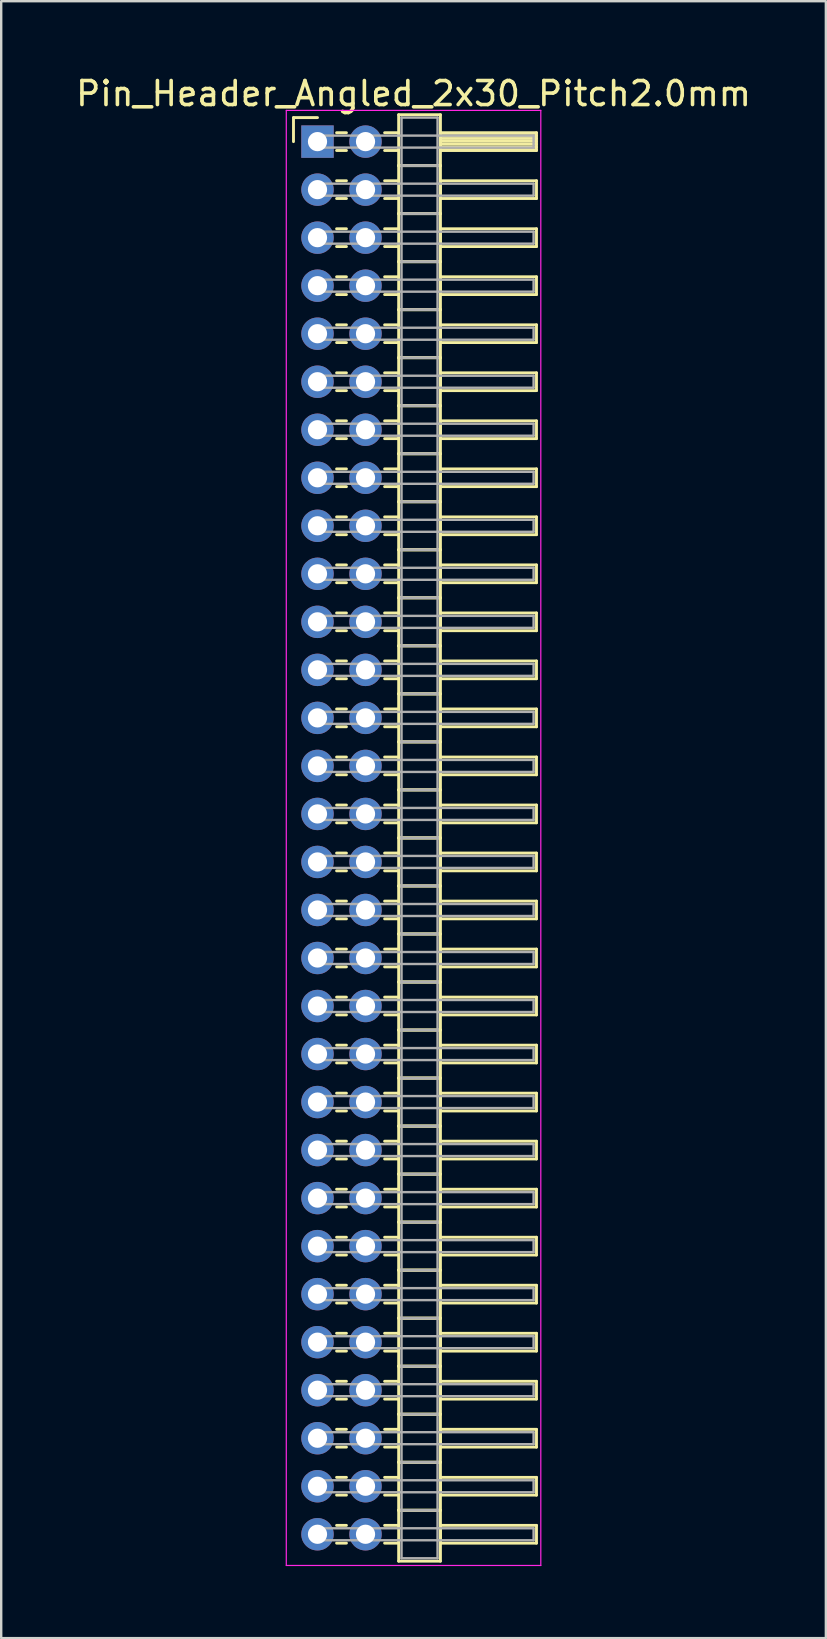
<source format=kicad_pcb>
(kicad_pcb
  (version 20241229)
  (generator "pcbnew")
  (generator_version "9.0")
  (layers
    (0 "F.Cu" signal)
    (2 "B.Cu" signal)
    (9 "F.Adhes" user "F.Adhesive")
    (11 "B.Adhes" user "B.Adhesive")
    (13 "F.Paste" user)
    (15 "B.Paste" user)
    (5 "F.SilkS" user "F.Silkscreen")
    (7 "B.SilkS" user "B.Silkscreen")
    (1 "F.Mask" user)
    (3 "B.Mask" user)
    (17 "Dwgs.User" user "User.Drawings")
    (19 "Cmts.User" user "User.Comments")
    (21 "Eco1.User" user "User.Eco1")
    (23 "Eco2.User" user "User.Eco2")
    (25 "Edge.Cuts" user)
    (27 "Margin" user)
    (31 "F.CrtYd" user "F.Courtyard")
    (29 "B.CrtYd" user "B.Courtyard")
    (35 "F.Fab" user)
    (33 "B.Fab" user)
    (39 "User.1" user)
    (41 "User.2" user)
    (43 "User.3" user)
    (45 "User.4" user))
  (footprint "Pin_Header_Angled_2x30_Pitch2.0mm"
    (layer "F.Cu")
    (at 10.173 2.848)
    (property "Reference" "Pin_Header_Angled_2x30_Pitch2.0mm" (at 4 -2 0) (layer "F.SilkS") (effects (font (size 1 1) (thickness 0.15))))
    (attr through_hole)
    (fp_line (start -1 -1) (end 0 -1) (stroke (width 0.12) (type solid)) (layer "F.SilkS"))
    (fp_line (start -1 0) (end -1 -1) (stroke (width 0.12) (type solid)) (layer "F.SilkS"))
    (fp_line (start 0.795 -0.37) (end 1.205 -0.37) (stroke (width 0.12) (type solid)) (layer "F.SilkS"))
    (fp_line (start 0.795 0.37) (end 1.205 0.37) (stroke (width 0.12) (type solid)) (layer "F.SilkS"))
    (fp_line (start 0.795 1.63) (end 1.205 1.63) (stroke (width 0.12) (type solid)) (layer "F.SilkS"))
    (fp_line (start 0.795 2.37) (end 1.205 2.37) (stroke (width 0.12) (type solid)) (layer "F.SilkS"))
    (fp_line (start 0.795 3.63) (end 1.205 3.63) (stroke (width 0.12) (type solid)) (layer "F.SilkS"))
    (fp_line (start 0.795 4.37) (end 1.205 4.37) (stroke (width 0.12) (type solid)) (layer "F.SilkS"))
    (fp_line (start 0.795 5.63) (end 1.205 5.63) (stroke (width 0.12) (type solid)) (layer "F.SilkS"))
    (fp_line (start 0.795 6.37) (end 1.205 6.37) (stroke (width 0.12) (type solid)) (layer "F.SilkS"))
    (fp_line (start 0.795 7.63) (end 1.205 7.63) (stroke (width 0.12) (type solid)) (layer "F.SilkS"))
    (fp_line (start 0.795 8.37) (end 1.205 8.37) (stroke (width 0.12) (type solid)) (layer "F.SilkS"))
    (fp_line (start 0.795 9.63) (end 1.205 9.63) (stroke (width 0.12) (type solid)) (layer "F.SilkS"))
    (fp_line (start 0.795 10.37) (end 1.205 10.37) (stroke (width 0.12) (type solid)) (layer "F.SilkS"))
    (fp_line (start 0.795 11.63) (end 1.205 11.63) (stroke (width 0.12) (type solid)) (layer "F.SilkS"))
    (fp_line (start 0.795 12.37) (end 1.205 12.37) (stroke (width 0.12) (type solid)) (layer "F.SilkS"))
    (fp_line (start 0.795 13.63) (end 1.205 13.63) (stroke (width 0.12) (type solid)) (layer "F.SilkS"))
    (fp_line (start 0.795 14.37) (end 1.205 14.37) (stroke (width 0.12) (type solid)) (layer "F.SilkS"))
    (fp_line (start 0.795 15.63) (end 1.205 15.63) (stroke (width 0.12) (type solid)) (layer "F.SilkS"))
    (fp_line (start 0.795 16.37) (end 1.205 16.37) (stroke (width 0.12) (type solid)) (layer "F.SilkS"))
    (fp_line (start 0.795 17.63) (end 1.205 17.63) (stroke (width 0.12) (type solid)) (layer "F.SilkS"))
    (fp_line (start 0.795 18.37) (end 1.205 18.37) (stroke (width 0.12) (type solid)) (layer "F.SilkS"))
    (fp_line (start 0.795 19.63) (end 1.205 19.63) (stroke (width 0.12) (type solid)) (layer "F.SilkS"))
    (fp_line (start 0.795 20.37) (end 1.205 20.37) (stroke (width 0.12) (type solid)) (layer "F.SilkS"))
    (fp_line (start 0.795 21.63) (end 1.205 21.63) (stroke (width 0.12) (type solid)) (layer "F.SilkS"))
    (fp_line (start 0.795 22.37) (end 1.205 22.37) (stroke (width 0.12) (type solid)) (layer "F.SilkS"))
    (fp_line (start 0.795 23.63) (end 1.205 23.63) (stroke (width 0.12) (type solid)) (layer "F.SilkS"))
    (fp_line (start 0.795 24.37) (end 1.205 24.37) (stroke (width 0.12) (type solid)) (layer "F.SilkS"))
    (fp_line (start 0.795 25.63) (end 1.205 25.63) (stroke (width 0.12) (type solid)) (layer "F.SilkS"))
    (fp_line (start 0.795 26.37) (end 1.205 26.37) (stroke (width 0.12) (type solid)) (layer "F.SilkS"))
    (fp_line (start 0.795 27.63) (end 1.205 27.63) (stroke (width 0.12) (type solid)) (layer "F.SilkS"))
    (fp_line (start 0.795 28.37) (end 1.205 28.37) (stroke (width 0.12) (type solid)) (layer "F.SilkS"))
    (fp_line (start 0.795 29.63) (end 1.205 29.63) (stroke (width 0.12) (type solid)) (layer "F.SilkS"))
    (fp_line (start 0.795 30.37) (end 1.205 30.37) (stroke (width 0.12) (type solid)) (layer "F.SilkS"))
    (fp_line (start 0.795 31.63) (end 1.205 31.63) (stroke (width 0.12) (type solid)) (layer "F.SilkS"))
    (fp_line (start 0.795 32.37) (end 1.205 32.37) (stroke (width 0.12) (type solid)) (layer "F.SilkS"))
    (fp_line (start 0.795 33.63) (end 1.205 33.63) (stroke (width 0.12) (type solid)) (layer "F.SilkS"))
    (fp_line (start 0.795 34.37) (end 1.205 34.37) (stroke (width 0.12) (type solid)) (layer "F.SilkS"))
    (fp_line (start 0.795 35.63) (end 1.205 35.63) (stroke (width 0.12) (type solid)) (layer "F.SilkS"))
    (fp_line (start 0.795 36.37) (end 1.205 36.37) (stroke (width 0.12) (type solid)) (layer "F.SilkS"))
    (fp_line (start 0.795 37.63) (end 1.205 37.63) (stroke (width 0.12) (type solid)) (layer "F.SilkS"))
    (fp_line (start 0.795 38.37) (end 1.205 38.37) (stroke (width 0.12) (type solid)) (layer "F.SilkS"))
    (fp_line (start 0.795 39.63) (end 1.205 39.63) (stroke (width 0.12) (type solid)) (layer "F.SilkS"))
    (fp_line (start 0.795 40.37) (end 1.205 40.37) (stroke (width 0.12) (type solid)) (layer "F.SilkS"))
    (fp_line (start 0.795 41.63) (end 1.205 41.63) (stroke (width 0.12) (type solid)) (layer "F.SilkS"))
    (fp_line (start 0.795 42.37) (end 1.205 42.37) (stroke (width 0.12) (type solid)) (layer "F.SilkS"))
    (fp_line (start 0.795 43.63) (end 1.205 43.63) (stroke (width 0.12) (type solid)) (layer "F.SilkS"))
    (fp_line (start 0.795 44.37) (end 1.205 44.37) (stroke (width 0.12) (type solid)) (layer "F.SilkS"))
    (fp_line (start 0.795 45.63) (end 1.205 45.63) (stroke (width 0.12) (type solid)) (layer "F.SilkS"))
    (fp_line (start 0.795 46.37) (end 1.205 46.37) (stroke (width 0.12) (type solid)) (layer "F.SilkS"))
    (fp_line (start 0.795 47.63) (end 1.205 47.63) (stroke (width 0.12) (type solid)) (layer "F.SilkS"))
    (fp_line (start 0.795 48.37) (end 1.205 48.37) (stroke (width 0.12) (type solid)) (layer "F.SilkS"))
    (fp_line (start 0.795 49.63) (end 1.205 49.63) (stroke (width 0.12) (type solid)) (layer "F.SilkS"))
    (fp_line (start 0.795 50.37) (end 1.205 50.37) (stroke (width 0.12) (type solid)) (layer "F.SilkS"))
    (fp_line (start 0.795 51.63) (end 1.205 51.63) (stroke (width 0.12) (type solid)) (layer "F.SilkS"))
    (fp_line (start 0.795 52.37) (end 1.205 52.37) (stroke (width 0.12) (type solid)) (layer "F.SilkS"))
    (fp_line (start 0.795 53.63) (end 1.205 53.63) (stroke (width 0.12) (type solid)) (layer "F.SilkS"))
    (fp_line (start 0.795 54.37) (end 1.205 54.37) (stroke (width 0.12) (type solid)) (layer "F.SilkS"))
    (fp_line (start 0.795 55.63) (end 1.205 55.63) (stroke (width 0.12) (type solid)) (layer "F.SilkS"))
    (fp_line (start 0.795 56.37) (end 1.205 56.37) (stroke (width 0.12) (type solid)) (layer "F.SilkS"))
    (fp_line (start 0.795 57.63) (end 1.205 57.63) (stroke (width 0.12) (type solid)) (layer "F.SilkS"))
    (fp_line (start 0.795 58.37) (end 1.205 58.37) (stroke (width 0.12) (type solid)) (layer "F.SilkS"))
    (fp_line (start 2.795 -0.37) (end 3.38 -0.37) (stroke (width 0.12) (type solid)) (layer "F.SilkS"))
    (fp_line (start 2.795 0.37) (end 3.38 0.37) (stroke (width 0.12) (type solid)) (layer "F.SilkS"))
    (fp_line (start 2.795 1.63) (end 3.38 1.63) (stroke (width 0.12) (type solid)) (layer "F.SilkS"))
    (fp_line (start 2.795 2.37) (end 3.38 2.37) (stroke (width 0.12) (type solid)) (layer "F.SilkS"))
    (fp_line (start 2.795 3.63) (end 3.38 3.63) (stroke (width 0.12) (type solid)) (layer "F.SilkS"))
    (fp_line (start 2.795 4.37) (end 3.38 4.37) (stroke (width 0.12) (type solid)) (layer "F.SilkS"))
    (fp_line (start 2.795 5.63) (end 3.38 5.63) (stroke (width 0.12) (type solid)) (layer "F.SilkS"))
    (fp_line (start 2.795 6.37) (end 3.38 6.37) (stroke (width 0.12) (type solid)) (layer "F.SilkS"))
    (fp_line (start 2.795 7.63) (end 3.38 7.63) (stroke (width 0.12) (type solid)) (layer "F.SilkS"))
    (fp_line (start 2.795 8.37) (end 3.38 8.37) (stroke (width 0.12) (type solid)) (layer "F.SilkS"))
    (fp_line (start 2.795 9.63) (end 3.38 9.63) (stroke (width 0.12) (type solid)) (layer "F.SilkS"))
    (fp_line (start 2.795 10.37) (end 3.38 10.37) (stroke (width 0.12) (type solid)) (layer "F.SilkS"))
    (fp_line (start 2.795 11.63) (end 3.38 11.63) (stroke (width 0.12) (type solid)) (layer "F.SilkS"))
    (fp_line (start 2.795 12.37) (end 3.38 12.37) (stroke (width 0.12) (type solid)) (layer "F.SilkS"))
    (fp_line (start 2.795 13.63) (end 3.38 13.63) (stroke (width 0.12) (type solid)) (layer "F.SilkS"))
    (fp_line (start 2.795 14.37) (end 3.38 14.37) (stroke (width 0.12) (type solid)) (layer "F.SilkS"))
    (fp_line (start 2.795 15.63) (end 3.38 15.63) (stroke (width 0.12) (type solid)) (layer "F.SilkS"))
    (fp_line (start 2.795 16.37) (end 3.38 16.37) (stroke (width 0.12) (type solid)) (layer "F.SilkS"))
    (fp_line (start 2.795 17.63) (end 3.38 17.63) (stroke (width 0.12) (type solid)) (layer "F.SilkS"))
    (fp_line (start 2.795 18.37) (end 3.38 18.37) (stroke (width 0.12) (type solid)) (layer "F.SilkS"))
    (fp_line (start 2.795 19.63) (end 3.38 19.63) (stroke (width 0.12) (type solid)) (layer "F.SilkS"))
    (fp_line (start 2.795 20.37) (end 3.38 20.37) (stroke (width 0.12) (type solid)) (layer "F.SilkS"))
    (fp_line (start 2.795 21.63) (end 3.38 21.63) (stroke (width 0.12) (type solid)) (layer "F.SilkS"))
    (fp_line (start 2.795 22.37) (end 3.38 22.37) (stroke (width 0.12) (type solid)) (layer "F.SilkS"))
    (fp_line (start 2.795 23.63) (end 3.38 23.63) (stroke (width 0.12) (type solid)) (layer "F.SilkS"))
    (fp_line (start 2.795 24.37) (end 3.38 24.37) (stroke (width 0.12) (type solid)) (layer "F.SilkS"))
    (fp_line (start 2.795 25.63) (end 3.38 25.63) (stroke (width 0.12) (type solid)) (layer "F.SilkS"))
    (fp_line (start 2.795 26.37) (end 3.38 26.37) (stroke (width 0.12) (type solid)) (layer "F.SilkS"))
    (fp_line (start 2.795 27.63) (end 3.38 27.63) (stroke (width 0.12) (type solid)) (layer "F.SilkS"))
    (fp_line (start 2.795 28.37) (end 3.38 28.37) (stroke (width 0.12) (type solid)) (layer "F.SilkS"))
    (fp_line (start 2.795 29.63) (end 3.38 29.63) (stroke (width 0.12) (type solid)) (layer "F.SilkS"))
    (fp_line (start 2.795 30.37) (end 3.38 30.37) (stroke (width 0.12) (type solid)) (layer "F.SilkS"))
    (fp_line (start 2.795 31.63) (end 3.38 31.63) (stroke (width 0.12) (type solid)) (layer "F.SilkS"))
    (fp_line (start 2.795 32.37) (end 3.38 32.37) (stroke (width 0.12) (type solid)) (layer "F.SilkS"))
    (fp_line (start 2.795 33.63) (end 3.38 33.63) (stroke (width 0.12) (type solid)) (layer "F.SilkS"))
    (fp_line (start 2.795 34.37) (end 3.38 34.37) (stroke (width 0.12) (type solid)) (layer "F.SilkS"))
    (fp_line (start 2.795 35.63) (end 3.38 35.63) (stroke (width 0.12) (type solid)) (layer "F.SilkS"))
    (fp_line (start 2.795 36.37) (end 3.38 36.37) (stroke (width 0.12) (type solid)) (layer "F.SilkS"))
    (fp_line (start 2.795 37.63) (end 3.38 37.63) (stroke (width 0.12) (type solid)) (layer "F.SilkS"))
    (fp_line (start 2.795 38.37) (end 3.38 38.37) (stroke (width 0.12) (type solid)) (layer "F.SilkS"))
    (fp_line (start 2.795 39.63) (end 3.38 39.63) (stroke (width 0.12) (type solid)) (layer "F.SilkS"))
    (fp_line (start 2.795 40.37) (end 3.38 40.37) (stroke (width 0.12) (type solid)) (layer "F.SilkS"))
    (fp_line (start 2.795 41.63) (end 3.38 41.63) (stroke (width 0.12) (type solid)) (layer "F.SilkS"))
    (fp_line (start 2.795 42.37) (end 3.38 42.37) (stroke (width 0.12) (type solid)) (layer "F.SilkS"))
    (fp_line (start 2.795 43.63) (end 3.38 43.63) (stroke (width 0.12) (type solid)) (layer "F.SilkS"))
    (fp_line (start 2.795 44.37) (end 3.38 44.37) (stroke (width 0.12) (type solid)) (layer "F.SilkS"))
    (fp_line (start 2.795 45.63) (end 3.38 45.63) (stroke (width 0.12) (type solid)) (layer "F.SilkS"))
    (fp_line (start 2.795 46.37) (end 3.38 46.37) (stroke (width 0.12) (type solid)) (layer "F.SilkS"))
    (fp_line (start 2.795 47.63) (end 3.38 47.63) (stroke (width 0.12) (type solid)) (layer "F.SilkS"))
    (fp_line (start 2.795 48.37) (end 3.38 48.37) (stroke (width 0.12) (type solid)) (layer "F.SilkS"))
    (fp_line (start 2.795 49.63) (end 3.38 49.63) (stroke (width 0.12) (type solid)) (layer "F.SilkS"))
    (fp_line (start 2.795 50.37) (end 3.38 50.37) (stroke (width 0.12) (type solid)) (layer "F.SilkS"))
    (fp_line (start 2.795 51.63) (end 3.38 51.63) (stroke (width 0.12) (type solid)) (layer "F.SilkS"))
    (fp_line (start 2.795 52.37) (end 3.38 52.37) (stroke (width 0.12) (type solid)) (layer "F.SilkS"))
    (fp_line (start 2.795 53.63) (end 3.38 53.63) (stroke (width 0.12) (type solid)) (layer "F.SilkS"))
    (fp_line (start 2.795 54.37) (end 3.38 54.37) (stroke (width 0.12) (type solid)) (layer "F.SilkS"))
    (fp_line (start 2.795 55.63) (end 3.38 55.63) (stroke (width 0.12) (type solid)) (layer "F.SilkS"))
    (fp_line (start 2.795 56.37) (end 3.38 56.37) (stroke (width 0.12) (type solid)) (layer "F.SilkS"))
    (fp_line (start 2.795 57.63) (end 3.38 57.63) (stroke (width 0.12) (type solid)) (layer "F.SilkS"))
    (fp_line (start 2.795 58.37) (end 3.38 58.37) (stroke (width 0.12) (type solid)) (layer "F.SilkS"))
    (fp_line (start 3.38 -1.12) (end 3.38 1) (stroke (width 0.12) (type solid)) (layer "F.SilkS"))
    (fp_line (start 3.38 1) (end 3.38 3) (stroke (width 0.12) (type solid)) (layer "F.SilkS"))
    (fp_line (start 3.38 1) (end 5.12 1) (stroke (width 0.12) (type solid)) (layer "F.SilkS"))
    (fp_line (start 3.38 3) (end 3.38 5) (stroke (width 0.12) (type solid)) (layer "F.SilkS"))
    (fp_line (start 3.38 3) (end 5.12 3) (stroke (width 0.12) (type solid)) (layer "F.SilkS"))
    (fp_line (start 3.38 5) (end 3.38 7) (stroke (width 0.12) (type solid)) (layer "F.SilkS"))
    (fp_line (start 3.38 5) (end 5.12 5) (stroke (width 0.12) (type solid)) (layer "F.SilkS"))
    (fp_line (start 3.38 7) (end 3.38 9) (stroke (width 0.12) (type solid)) (layer "F.SilkS"))
    (fp_line (start 3.38 7) (end 5.12 7) (stroke (width 0.12) (type solid)) (layer "F.SilkS"))
    (fp_line (start 3.38 9) (end 3.38 11) (stroke (width 0.12) (type solid)) (layer "F.SilkS"))
    (fp_line (start 3.38 9) (end 5.12 9) (stroke (width 0.12) (type solid)) (layer "F.SilkS"))
    (fp_line (start 3.38 11) (end 3.38 13) (stroke (width 0.12) (type solid)) (layer "F.SilkS"))
    (fp_line (start 3.38 11) (end 5.12 11) (stroke (width 0.12) (type solid)) (layer "F.SilkS"))
    (fp_line (start 3.38 13) (end 3.38 15) (stroke (width 0.12) (type solid)) (layer "F.SilkS"))
    (fp_line (start 3.38 13) (end 5.12 13) (stroke (width 0.12) (type solid)) (layer "F.SilkS"))
    (fp_line (start 3.38 15) (end 3.38 17) (stroke (width 0.12) (type solid)) (layer "F.SilkS"))
    (fp_line (start 3.38 15) (end 5.12 15) (stroke (width 0.12) (type solid)) (layer "F.SilkS"))
    (fp_line (start 3.38 17) (end 3.38 19) (stroke (width 0.12) (type solid)) (layer "F.SilkS"))
    (fp_line (start 3.38 17) (end 5.12 17) (stroke (width 0.12) (type solid)) (layer "F.SilkS"))
    (fp_line (start 3.38 19) (end 3.38 21) (stroke (width 0.12) (type solid)) (layer "F.SilkS"))
    (fp_line (start 3.38 19) (end 5.12 19) (stroke (width 0.12) (type solid)) (layer "F.SilkS"))
    (fp_line (start 3.38 21) (end 3.38 23) (stroke (width 0.12) (type solid)) (layer "F.SilkS"))
    (fp_line (start 3.38 21) (end 5.12 21) (stroke (width 0.12) (type solid)) (layer "F.SilkS"))
    (fp_line (start 3.38 23) (end 3.38 25) (stroke (width 0.12) (type solid)) (layer "F.SilkS"))
    (fp_line (start 3.38 23) (end 5.12 23) (stroke (width 0.12) (type solid)) (layer "F.SilkS"))
    (fp_line (start 3.38 25) (end 3.38 27) (stroke (width 0.12) (type solid)) (layer "F.SilkS"))
    (fp_line (start 3.38 25) (end 5.12 25) (stroke (width 0.12) (type solid)) (layer "F.SilkS"))
    (fp_line (start 3.38 27) (end 3.38 29) (stroke (width 0.12) (type solid)) (layer "F.SilkS"))
    (fp_line (start 3.38 27) (end 5.12 27) (stroke (width 0.12) (type solid)) (layer "F.SilkS"))
    (fp_line (start 3.38 29) (end 3.38 31) (stroke (width 0.12) (type solid)) (layer "F.SilkS"))
    (fp_line (start 3.38 29) (end 5.12 29) (stroke (width 0.12) (type solid)) (layer "F.SilkS"))
    (fp_line (start 3.38 31) (end 3.38 33) (stroke (width 0.12) (type solid)) (layer "F.SilkS"))
    (fp_line (start 3.38 31) (end 5.12 31) (stroke (width 0.12) (type solid)) (layer "F.SilkS"))
    (fp_line (start 3.38 33) (end 3.38 35) (stroke (width 0.12) (type solid)) (layer "F.SilkS"))
    (fp_line (start 3.38 33) (end 5.12 33) (stroke (width 0.12) (type solid)) (layer "F.SilkS"))
    (fp_line (start 3.38 35) (end 3.38 37) (stroke (width 0.12) (type solid)) (layer "F.SilkS"))
    (fp_line (start 3.38 35) (end 5.12 35) (stroke (width 0.12) (type solid)) (layer "F.SilkS"))
    (fp_line (start 3.38 37) (end 3.38 39) (stroke (width 0.12) (type solid)) (layer "F.SilkS"))
    (fp_line (start 3.38 37) (end 5.12 37) (stroke (width 0.12) (type solid)) (layer "F.SilkS"))
    (fp_line (start 3.38 39) (end 3.38 41) (stroke (width 0.12) (type solid)) (layer "F.SilkS"))
    (fp_line (start 3.38 39) (end 5.12 39) (stroke (width 0.12) (type solid)) (layer "F.SilkS"))
    (fp_line (start 3.38 41) (end 3.38 43) (stroke (width 0.12) (type solid)) (layer "F.SilkS"))
    (fp_line (start 3.38 41) (end 5.12 41) (stroke (width 0.12) (type solid)) (layer "F.SilkS"))
    (fp_line (start 3.38 43) (end 3.38 45) (stroke (width 0.12) (type solid)) (layer "F.SilkS"))
    (fp_line (start 3.38 43) (end 5.12 43) (stroke (width 0.12) (type solid)) (layer "F.SilkS"))
    (fp_line (start 3.38 45) (end 3.38 47) (stroke (width 0.12) (type solid)) (layer "F.SilkS"))
    (fp_line (start 3.38 45) (end 5.12 45) (stroke (width 0.12) (type solid)) (layer "F.SilkS"))
    (fp_line (start 3.38 47) (end 3.38 49) (stroke (width 0.12) (type solid)) (layer "F.SilkS"))
    (fp_line (start 3.38 47) (end 5.12 47) (stroke (width 0.12) (type solid)) (layer "F.SilkS"))
    (fp_line (start 3.38 49) (end 3.38 51) (stroke (width 0.12) (type solid)) (layer "F.SilkS"))
    (fp_line (start 3.38 49) (end 5.12 49) (stroke (width 0.12) (type solid)) (layer "F.SilkS"))
    (fp_line (start 3.38 51) (end 3.38 53) (stroke (width 0.12) (type solid)) (layer "F.SilkS"))
    (fp_line (start 3.38 51) (end 5.12 51) (stroke (width 0.12) (type solid)) (layer "F.SilkS"))
    (fp_line (start 3.38 53) (end 3.38 55) (stroke (width 0.12) (type solid)) (layer "F.SilkS"))
    (fp_line (start 3.38 53) (end 5.12 53) (stroke (width 0.12) (type solid)) (layer "F.SilkS"))
    (fp_line (start 3.38 55) (end 3.38 57) (stroke (width 0.12) (type solid)) (layer "F.SilkS"))
    (fp_line (start 3.38 55) (end 5.12 55) (stroke (width 0.12) (type solid)) (layer "F.SilkS"))
    (fp_line (start 3.38 57) (end 3.38 59.12) (stroke (width 0.12) (type solid)) (layer "F.SilkS"))
    (fp_line (start 3.38 57) (end 5.12 57) (stroke (width 0.12) (type solid)) (layer "F.SilkS"))
    (fp_line (start 3.38 59.12) (end 5.12 59.12) (stroke (width 0.12) (type solid)) (layer "F.SilkS"))
    (fp_line (start 5.12 -1.12) (end 3.38 -1.12) (stroke (width 0.12) (type solid)) (layer "F.SilkS"))
    (fp_line (start 5.12 -0.37) (end 5.12 0.37) (stroke (width 0.12) (type solid)) (layer "F.SilkS"))
    (fp_line (start 5.12 -0.25) (end 9.12 -0.25) (stroke (width 0.12) (type solid)) (layer "F.SilkS"))
    (fp_line (start 5.12 -0.13) (end 9.12 -0.13) (stroke (width 0.12) (type solid)) (layer "F.SilkS"))
    (fp_line (start 5.12 -0.01) (end 9.12 -0.01) (stroke (width 0.12) (type solid)) (layer "F.SilkS"))
    (fp_line (start 5.12 0.11) (end 9.12 0.11) (stroke (width 0.12) (type solid)) (layer "F.SilkS"))
    (fp_line (start 5.12 0.23) (end 9.12 0.23) (stroke (width 0.12) (type solid)) (layer "F.SilkS"))
    (fp_line (start 5.12 0.35) (end 9.12 0.35) (stroke (width 0.12) (type solid)) (layer "F.SilkS"))
    (fp_line (start 5.12 0.37) (end 9.12 0.37) (stroke (width 0.12) (type solid)) (layer "F.SilkS"))
    (fp_line (start 5.12 1) (end 3.38 1) (stroke (width 0.12) (type solid)) (layer "F.SilkS"))
    (fp_line (start 5.12 1) (end 5.12 -1.12) (stroke (width 0.12) (type solid)) (layer "F.SilkS"))
    (fp_line (start 5.12 1.63) (end 5.12 2.37) (stroke (width 0.12) (type solid)) (layer "F.SilkS"))
    (fp_line (start 5.12 2.37) (end 9.12 2.37) (stroke (width 0.12) (type solid)) (layer "F.SilkS"))
    (fp_line (start 5.12 3) (end 3.38 3) (stroke (width 0.12) (type solid)) (layer "F.SilkS"))
    (fp_line (start 5.12 3) (end 5.12 1) (stroke (width 0.12) (type solid)) (layer "F.SilkS"))
    (fp_line (start 5.12 3.63) (end 5.12 4.37) (stroke (width 0.12) (type solid)) (layer "F.SilkS"))
    (fp_line (start 5.12 4.37) (end 9.12 4.37) (stroke (width 0.12) (type solid)) (layer "F.SilkS"))
    (fp_line (start 5.12 5) (end 3.38 5) (stroke (width 0.12) (type solid)) (layer "F.SilkS"))
    (fp_line (start 5.12 5) (end 5.12 3) (stroke (width 0.12) (type solid)) (layer "F.SilkS"))
    (fp_line (start 5.12 5.63) (end 5.12 6.37) (stroke (width 0.12) (type solid)) (layer "F.SilkS"))
    (fp_line (start 5.12 6.37) (end 9.12 6.37) (stroke (width 0.12) (type solid)) (layer "F.SilkS"))
    (fp_line (start 5.12 7) (end 3.38 7) (stroke (width 0.12) (type solid)) (layer "F.SilkS"))
    (fp_line (start 5.12 7) (end 5.12 5) (stroke (width 0.12) (type solid)) (layer "F.SilkS"))
    (fp_line (start 5.12 7.63) (end 5.12 8.37) (stroke (width 0.12) (type solid)) (layer "F.SilkS"))
    (fp_line (start 5.12 8.37) (end 9.12 8.37) (stroke (width 0.12) (type solid)) (layer "F.SilkS"))
    (fp_line (start 5.12 9) (end 3.38 9) (stroke (width 0.12) (type solid)) (layer "F.SilkS"))
    (fp_line (start 5.12 9) (end 5.12 7) (stroke (width 0.12) (type solid)) (layer "F.SilkS"))
    (fp_line (start 5.12 9.63) (end 5.12 10.37) (stroke (width 0.12) (type solid)) (layer "F.SilkS"))
    (fp_line (start 5.12 10.37) (end 9.12 10.37) (stroke (width 0.12) (type solid)) (layer "F.SilkS"))
    (fp_line (start 5.12 11) (end 3.38 11) (stroke (width 0.12) (type solid)) (layer "F.SilkS"))
    (fp_line (start 5.12 11) (end 5.12 9) (stroke (width 0.12) (type solid)) (layer "F.SilkS"))
    (fp_line (start 5.12 11.63) (end 5.12 12.37) (stroke (width 0.12) (type solid)) (layer "F.SilkS"))
    (fp_line (start 5.12 12.37) (end 9.12 12.37) (stroke (width 0.12) (type solid)) (layer "F.SilkS"))
    (fp_line (start 5.12 13) (end 3.38 13) (stroke (width 0.12) (type solid)) (layer "F.SilkS"))
    (fp_line (start 5.12 13) (end 5.12 11) (stroke (width 0.12) (type solid)) (layer "F.SilkS"))
    (fp_line (start 5.12 13.63) (end 5.12 14.37) (stroke (width 0.12) (type solid)) (layer "F.SilkS"))
    (fp_line (start 5.12 14.37) (end 9.12 14.37) (stroke (width 0.12) (type solid)) (layer "F.SilkS"))
    (fp_line (start 5.12 15) (end 3.38 15) (stroke (width 0.12) (type solid)) (layer "F.SilkS"))
    (fp_line (start 5.12 15) (end 5.12 13) (stroke (width 0.12) (type solid)) (layer "F.SilkS"))
    (fp_line (start 5.12 15.63) (end 5.12 16.37) (stroke (width 0.12) (type solid)) (layer "F.SilkS"))
    (fp_line (start 5.12 16.37) (end 9.12 16.37) (stroke (width 0.12) (type solid)) (layer "F.SilkS"))
    (fp_line (start 5.12 17) (end 3.38 17) (stroke (width 0.12) (type solid)) (layer "F.SilkS"))
    (fp_line (start 5.12 17) (end 5.12 15) (stroke (width 0.12) (type solid)) (layer "F.SilkS"))
    (fp_line (start 5.12 17.63) (end 5.12 18.37) (stroke (width 0.12) (type solid)) (layer "F.SilkS"))
    (fp_line (start 5.12 18.37) (end 9.12 18.37) (stroke (width 0.12) (type solid)) (layer "F.SilkS"))
    (fp_line (start 5.12 19) (end 3.38 19) (stroke (width 0.12) (type solid)) (layer "F.SilkS"))
    (fp_line (start 5.12 19) (end 5.12 17) (stroke (width 0.12) (type solid)) (layer "F.SilkS"))
    (fp_line (start 5.12 19.63) (end 5.12 20.37) (stroke (width 0.12) (type solid)) (layer "F.SilkS"))
    (fp_line (start 5.12 20.37) (end 9.12 20.37) (stroke (width 0.12) (type solid)) (layer "F.SilkS"))
    (fp_line (start 5.12 21) (end 3.38 21) (stroke (width 0.12) (type solid)) (layer "F.SilkS"))
    (fp_line (start 5.12 21) (end 5.12 19) (stroke (width 0.12) (type solid)) (layer "F.SilkS"))
    (fp_line (start 5.12 21.63) (end 5.12 22.37) (stroke (width 0.12) (type solid)) (layer "F.SilkS"))
    (fp_line (start 5.12 22.37) (end 9.12 22.37) (stroke (width 0.12) (type solid)) (layer "F.SilkS"))
    (fp_line (start 5.12 23) (end 3.38 23) (stroke (width 0.12) (type solid)) (layer "F.SilkS"))
    (fp_line (start 5.12 23) (end 5.12 21) (stroke (width 0.12) (type solid)) (layer "F.SilkS"))
    (fp_line (start 5.12 23.63) (end 5.12 24.37) (stroke (width 0.12) (type solid)) (layer "F.SilkS"))
    (fp_line (start 5.12 24.37) (end 9.12 24.37) (stroke (width 0.12) (type solid)) (layer "F.SilkS"))
    (fp_line (start 5.12 25) (end 3.38 25) (stroke (width 0.12) (type solid)) (layer "F.SilkS"))
    (fp_line (start 5.12 25) (end 5.12 23) (stroke (width 0.12) (type solid)) (layer "F.SilkS"))
    (fp_line (start 5.12 25.63) (end 5.12 26.37) (stroke (width 0.12) (type solid)) (layer "F.SilkS"))
    (fp_line (start 5.12 26.37) (end 9.12 26.37) (stroke (width 0.12) (type solid)) (layer "F.SilkS"))
    (fp_line (start 5.12 27) (end 3.38 27) (stroke (width 0.12) (type solid)) (layer "F.SilkS"))
    (fp_line (start 5.12 27) (end 5.12 25) (stroke (width 0.12) (type solid)) (layer "F.SilkS"))
    (fp_line (start 5.12 27.63) (end 5.12 28.37) (stroke (width 0.12) (type solid)) (layer "F.SilkS"))
    (fp_line (start 5.12 28.37) (end 9.12 28.37) (stroke (width 0.12) (type solid)) (layer "F.SilkS"))
    (fp_line (start 5.12 29) (end 3.38 29) (stroke (width 0.12) (type solid)) (layer "F.SilkS"))
    (fp_line (start 5.12 29) (end 5.12 27) (stroke (width 0.12) (type solid)) (layer "F.SilkS"))
    (fp_line (start 5.12 29.63) (end 5.12 30.37) (stroke (width 0.12) (type solid)) (layer "F.SilkS"))
    (fp_line (start 5.12 30.37) (end 9.12 30.37) (stroke (width 0.12) (type solid)) (layer "F.SilkS"))
    (fp_line (start 5.12 31) (end 3.38 31) (stroke (width 0.12) (type solid)) (layer "F.SilkS"))
    (fp_line (start 5.12 31) (end 5.12 29) (stroke (width 0.12) (type solid)) (layer "F.SilkS"))
    (fp_line (start 5.12 31.63) (end 5.12 32.37) (stroke (width 0.12) (type solid)) (layer "F.SilkS"))
    (fp_line (start 5.12 32.37) (end 9.12 32.37) (stroke (width 0.12) (type solid)) (layer "F.SilkS"))
    (fp_line (start 5.12 33) (end 3.38 33) (stroke (width 0.12) (type solid)) (layer "F.SilkS"))
    (fp_line (start 5.12 33) (end 5.12 31) (stroke (width 0.12) (type solid)) (layer "F.SilkS"))
    (fp_line (start 5.12 33.63) (end 5.12 34.37) (stroke (width 0.12) (type solid)) (layer "F.SilkS"))
    (fp_line (start 5.12 34.37) (end 9.12 34.37) (stroke (width 0.12) (type solid)) (layer "F.SilkS"))
    (fp_line (start 5.12 35) (end 3.38 35) (stroke (width 0.12) (type solid)) (layer "F.SilkS"))
    (fp_line (start 5.12 35) (end 5.12 33) (stroke (width 0.12) (type solid)) (layer "F.SilkS"))
    (fp_line (start 5.12 35.63) (end 5.12 36.37) (stroke (width 0.12) (type solid)) (layer "F.SilkS"))
    (fp_line (start 5.12 36.37) (end 9.12 36.37) (stroke (width 0.12) (type solid)) (layer "F.SilkS"))
    (fp_line (start 5.12 37) (end 3.38 37) (stroke (width 0.12) (type solid)) (layer "F.SilkS"))
    (fp_line (start 5.12 37) (end 5.12 35) (stroke (width 0.12) (type solid)) (layer "F.SilkS"))
    (fp_line (start 5.12 37.63) (end 5.12 38.37) (stroke (width 0.12) (type solid)) (layer "F.SilkS"))
    (fp_line (start 5.12 38.37) (end 9.12 38.37) (stroke (width 0.12) (type solid)) (layer "F.SilkS"))
    (fp_line (start 5.12 39) (end 3.38 39) (stroke (width 0.12) (type solid)) (layer "F.SilkS"))
    (fp_line (start 5.12 39) (end 5.12 37) (stroke (width 0.12) (type solid)) (layer "F.SilkS"))
    (fp_line (start 5.12 39.63) (end 5.12 40.37) (stroke (width 0.12) (type solid)) (layer "F.SilkS"))
    (fp_line (start 5.12 40.37) (end 9.12 40.37) (stroke (width 0.12) (type solid)) (layer "F.SilkS"))
    (fp_line (start 5.12 41) (end 3.38 41) (stroke (width 0.12) (type solid)) (layer "F.SilkS"))
    (fp_line (start 5.12 41) (end 5.12 39) (stroke (width 0.12) (type solid)) (layer "F.SilkS"))
    (fp_line (start 5.12 41.63) (end 5.12 42.37) (stroke (width 0.12) (type solid)) (layer "F.SilkS"))
    (fp_line (start 5.12 42.37) (end 9.12 42.37) (stroke (width 0.12) (type solid)) (layer "F.SilkS"))
    (fp_line (start 5.12 43) (end 3.38 43) (stroke (width 0.12) (type solid)) (layer "F.SilkS"))
    (fp_line (start 5.12 43) (end 5.12 41) (stroke (width 0.12) (type solid)) (layer "F.SilkS"))
    (fp_line (start 5.12 43.63) (end 5.12 44.37) (stroke (width 0.12) (type solid)) (layer "F.SilkS"))
    (fp_line (start 5.12 44.37) (end 9.12 44.37) (stroke (width 0.12) (type solid)) (layer "F.SilkS"))
    (fp_line (start 5.12 45) (end 3.38 45) (stroke (width 0.12) (type solid)) (layer "F.SilkS"))
    (fp_line (start 5.12 45) (end 5.12 43) (stroke (width 0.12) (type solid)) (layer "F.SilkS"))
    (fp_line (start 5.12 45.63) (end 5.12 46.37) (stroke (width 0.12) (type solid)) (layer "F.SilkS"))
    (fp_line (start 5.12 46.37) (end 9.12 46.37) (stroke (width 0.12) (type solid)) (layer "F.SilkS"))
    (fp_line (start 5.12 47) (end 3.38 47) (stroke (width 0.12) (type solid)) (layer "F.SilkS"))
    (fp_line (start 5.12 47) (end 5.12 45) (stroke (width 0.12) (type solid)) (layer "F.SilkS"))
    (fp_line (start 5.12 47.63) (end 5.12 48.37) (stroke (width 0.12) (type solid)) (layer "F.SilkS"))
    (fp_line (start 5.12 48.37) (end 9.12 48.37) (stroke (width 0.12) (type solid)) (layer "F.SilkS"))
    (fp_line (start 5.12 49) (end 3.38 49) (stroke (width 0.12) (type solid)) (layer "F.SilkS"))
    (fp_line (start 5.12 49) (end 5.12 47) (stroke (width 0.12) (type solid)) (layer "F.SilkS"))
    (fp_line (start 5.12 49.63) (end 5.12 50.37) (stroke (width 0.12) (type solid)) (layer "F.SilkS"))
    (fp_line (start 5.12 50.37) (end 9.12 50.37) (stroke (width 0.12) (type solid)) (layer "F.SilkS"))
    (fp_line (start 5.12 51) (end 3.38 51) (stroke (width 0.12) (type solid)) (layer "F.SilkS"))
    (fp_line (start 5.12 51) (end 5.12 49) (stroke (width 0.12) (type solid)) (layer "F.SilkS"))
    (fp_line (start 5.12 51.63) (end 5.12 52.37) (stroke (width 0.12) (type solid)) (layer "F.SilkS"))
    (fp_line (start 5.12 52.37) (end 9.12 52.37) (stroke (width 0.12) (type solid)) (layer "F.SilkS"))
    (fp_line (start 5.12 53) (end 3.38 53) (stroke (width 0.12) (type solid)) (layer "F.SilkS"))
    (fp_line (start 5.12 53) (end 5.12 51) (stroke (width 0.12) (type solid)) (layer "F.SilkS"))
    (fp_line (start 5.12 53.63) (end 5.12 54.37) (stroke (width 0.12) (type solid)) (layer "F.SilkS"))
    (fp_line (start 5.12 54.37) (end 9.12 54.37) (stroke (width 0.12) (type solid)) (layer "F.SilkS"))
    (fp_line (start 5.12 55) (end 3.38 55) (stroke (width 0.12) (type solid)) (layer "F.SilkS"))
    (fp_line (start 5.12 55) (end 5.12 53) (stroke (width 0.12) (type solid)) (layer "F.SilkS"))
    (fp_line (start 5.12 55.63) (end 5.12 56.37) (stroke (width 0.12) (type solid)) (layer "F.SilkS"))
    (fp_line (start 5.12 56.37) (end 9.12 56.37) (stroke (width 0.12) (type solid)) (layer "F.SilkS"))
    (fp_line (start 5.12 57) (end 3.38 57) (stroke (width 0.12) (type solid)) (layer "F.SilkS"))
    (fp_line (start 5.12 57) (end 5.12 55) (stroke (width 0.12) (type solid)) (layer "F.SilkS"))
    (fp_line (start 5.12 57.63) (end 5.12 58.37) (stroke (width 0.12) (type solid)) (layer "F.SilkS"))
    (fp_line (start 5.12 58.37) (end 9.12 58.37) (stroke (width 0.12) (type solid)) (layer "F.SilkS"))
    (fp_line (start 5.12 59.12) (end 5.12 57) (stroke (width 0.12) (type solid)) (layer "F.SilkS"))
    (fp_line (start 9.12 -0.37) (end 5.12 -0.37) (stroke (width 0.12) (type solid)) (layer "F.SilkS"))
    (fp_line (start 9.12 0.37) (end 9.12 -0.37) (stroke (width 0.12) (type solid)) (layer "F.SilkS"))
    (fp_line (start 9.12 1.63) (end 5.12 1.63) (stroke (width 0.12) (type solid)) (layer "F.SilkS"))
    (fp_line (start 9.12 2.37) (end 9.12 1.63) (stroke (width 0.12) (type solid)) (layer "F.SilkS"))
    (fp_line (start 9.12 3.63) (end 5.12 3.63) (stroke (width 0.12) (type solid)) (layer "F.SilkS"))
    (fp_line (start 9.12 4.37) (end 9.12 3.63) (stroke (width 0.12) (type solid)) (layer "F.SilkS"))
    (fp_line (start 9.12 5.63) (end 5.12 5.63) (stroke (width 0.12) (type solid)) (layer "F.SilkS"))
    (fp_line (start 9.12 6.37) (end 9.12 5.63) (stroke (width 0.12) (type solid)) (layer "F.SilkS"))
    (fp_line (start 9.12 7.63) (end 5.12 7.63) (stroke (width 0.12) (type solid)) (layer "F.SilkS"))
    (fp_line (start 9.12 8.37) (end 9.12 7.63) (stroke (width 0.12) (type solid)) (layer "F.SilkS"))
    (fp_line (start 9.12 9.63) (end 5.12 9.63) (stroke (width 0.12) (type solid)) (layer "F.SilkS"))
    (fp_line (start 9.12 10.37) (end 9.12 9.63) (stroke (width 0.12) (type solid)) (layer "F.SilkS"))
    (fp_line (start 9.12 11.63) (end 5.12 11.63) (stroke (width 0.12) (type solid)) (layer "F.SilkS"))
    (fp_line (start 9.12 12.37) (end 9.12 11.63) (stroke (width 0.12) (type solid)) (layer "F.SilkS"))
    (fp_line (start 9.12 13.63) (end 5.12 13.63) (stroke (width 0.12) (type solid)) (layer "F.SilkS"))
    (fp_line (start 9.12 14.37) (end 9.12 13.63) (stroke (width 0.12) (type solid)) (layer "F.SilkS"))
    (fp_line (start 9.12 15.63) (end 5.12 15.63) (stroke (width 0.12) (type solid)) (layer "F.SilkS"))
    (fp_line (start 9.12 16.37) (end 9.12 15.63) (stroke (width 0.12) (type solid)) (layer "F.SilkS"))
    (fp_line (start 9.12 17.63) (end 5.12 17.63) (stroke (width 0.12) (type solid)) (layer "F.SilkS"))
    (fp_line (start 9.12 18.37) (end 9.12 17.63) (stroke (width 0.12) (type solid)) (layer "F.SilkS"))
    (fp_line (start 9.12 19.63) (end 5.12 19.63) (stroke (width 0.12) (type solid)) (layer "F.SilkS"))
    (fp_line (start 9.12 20.37) (end 9.12 19.63) (stroke (width 0.12) (type solid)) (layer "F.SilkS"))
    (fp_line (start 9.12 21.63) (end 5.12 21.63) (stroke (width 0.12) (type solid)) (layer "F.SilkS"))
    (fp_line (start 9.12 22.37) (end 9.12 21.63) (stroke (width 0.12) (type solid)) (layer "F.SilkS"))
    (fp_line (start 9.12 23.63) (end 5.12 23.63) (stroke (width 0.12) (type solid)) (layer "F.SilkS"))
    (fp_line (start 9.12 24.37) (end 9.12 23.63) (stroke (width 0.12) (type solid)) (layer "F.SilkS"))
    (fp_line (start 9.12 25.63) (end 5.12 25.63) (stroke (width 0.12) (type solid)) (layer "F.SilkS"))
    (fp_line (start 9.12 26.37) (end 9.12 25.63) (stroke (width 0.12) (type solid)) (layer "F.SilkS"))
    (fp_line (start 9.12 27.63) (end 5.12 27.63) (stroke (width 0.12) (type solid)) (layer "F.SilkS"))
    (fp_line (start 9.12 28.37) (end 9.12 27.63) (stroke (width 0.12) (type solid)) (layer "F.SilkS"))
    (fp_line (start 9.12 29.63) (end 5.12 29.63) (stroke (width 0.12) (type solid)) (layer "F.SilkS"))
    (fp_line (start 9.12 30.37) (end 9.12 29.63) (stroke (width 0.12) (type solid)) (layer "F.SilkS"))
    (fp_line (start 9.12 31.63) (end 5.12 31.63) (stroke (width 0.12) (type solid)) (layer "F.SilkS"))
    (fp_line (start 9.12 32.37) (end 9.12 31.63) (stroke (width 0.12) (type solid)) (layer "F.SilkS"))
    (fp_line (start 9.12 33.63) (end 5.12 33.63) (stroke (width 0.12) (type solid)) (layer "F.SilkS"))
    (fp_line (start 9.12 34.37) (end 9.12 33.63) (stroke (width 0.12) (type solid)) (layer "F.SilkS"))
    (fp_line (start 9.12 35.63) (end 5.12 35.63) (stroke (width 0.12) (type solid)) (layer "F.SilkS"))
    (fp_line (start 9.12 36.37) (end 9.12 35.63) (stroke (width 0.12) (type solid)) (layer "F.SilkS"))
    (fp_line (start 9.12 37.63) (end 5.12 37.63) (stroke (width 0.12) (type solid)) (layer "F.SilkS"))
    (fp_line (start 9.12 38.37) (end 9.12 37.63) (stroke (width 0.12) (type solid)) (layer "F.SilkS"))
    (fp_line (start 9.12 39.63) (end 5.12 39.63) (stroke (width 0.12) (type solid)) (layer "F.SilkS"))
    (fp_line (start 9.12 40.37) (end 9.12 39.63) (stroke (width 0.12) (type solid)) (layer "F.SilkS"))
    (fp_line (start 9.12 41.63) (end 5.12 41.63) (stroke (width 0.12) (type solid)) (layer "F.SilkS"))
    (fp_line (start 9.12 42.37) (end 9.12 41.63) (stroke (width 0.12) (type solid)) (layer "F.SilkS"))
    (fp_line (start 9.12 43.63) (end 5.12 43.63) (stroke (width 0.12) (type solid)) (layer "F.SilkS"))
    (fp_line (start 9.12 44.37) (end 9.12 43.63) (stroke (width 0.12) (type solid)) (layer "F.SilkS"))
    (fp_line (start 9.12 45.63) (end 5.12 45.63) (stroke (width 0.12) (type solid)) (layer "F.SilkS"))
    (fp_line (start 9.12 46.37) (end 9.12 45.63) (stroke (width 0.12) (type solid)) (layer "F.SilkS"))
    (fp_line (start 9.12 47.63) (end 5.12 47.63) (stroke (width 0.12) (type solid)) (layer "F.SilkS"))
    (fp_line (start 9.12 48.37) (end 9.12 47.63) (stroke (width 0.12) (type solid)) (layer "F.SilkS"))
    (fp_line (start 9.12 49.63) (end 5.12 49.63) (stroke (width 0.12) (type solid)) (layer "F.SilkS"))
    (fp_line (start 9.12 50.37) (end 9.12 49.63) (stroke (width 0.12) (type solid)) (layer "F.SilkS"))
    (fp_line (start 9.12 51.63) (end 5.12 51.63) (stroke (width 0.12) (type solid)) (layer "F.SilkS"))
    (fp_line (start 9.12 52.37) (end 9.12 51.63) (stroke (width 0.12) (type solid)) (layer "F.SilkS"))
    (fp_line (start 9.12 53.63) (end 5.12 53.63) (stroke (width 0.12) (type solid)) (layer "F.SilkS"))
    (fp_line (start 9.12 54.37) (end 9.12 53.63) (stroke (width 0.12) (type solid)) (layer "F.SilkS"))
    (fp_line (start 9.12 55.63) (end 5.12 55.63) (stroke (width 0.12) (type solid)) (layer "F.SilkS"))
    (fp_line (start 9.12 56.37) (end 9.12 55.63) (stroke (width 0.12) (type solid)) (layer "F.SilkS"))
    (fp_line (start 9.12 57.63) (end 5.12 57.63) (stroke (width 0.12) (type solid)) (layer "F.SilkS"))
    (fp_line (start 9.12 58.37) (end 9.12 57.63) (stroke (width 0.12) (type solid)) (layer "F.SilkS"))
    (fp_line (start -1.3 -1.3) (end -1.3 59.3) (stroke (width 0.05) (type solid)) (layer "F.CrtYd"))
    (fp_line (start -1.3 59.3) (end 9.3 59.3) (stroke (width 0.05) (type solid)) (layer "F.CrtYd"))
    (fp_line (start 9.3 -1.3) (end -1.3 -1.3) (stroke (width 0.05) (type solid)) (layer "F.CrtYd"))
    (fp_line (start 9.3 59.3) (end 9.3 -1.3) (stroke (width 0.05) (type solid)) (layer "F.CrtYd"))
    (fp_line (start 0 -0.25) (end 0 0.25) (stroke (width 0.1) (type solid)) (layer "F.Fab"))
    (fp_line (start 0 0.25) (end 9 0.25) (stroke (width 0.1) (type solid)) (layer "F.Fab"))
    (fp_line (start 0 1.75) (end 0 2.25) (stroke (width 0.1) (type solid)) (layer "F.Fab"))
    (fp_line (start 0 2.25) (end 9 2.25) (stroke (width 0.1) (type solid)) (layer "F.Fab"))
    (fp_line (start 0 3.75) (end 0 4.25) (stroke (width 0.1) (type solid)) (layer "F.Fab"))
    (fp_line (start 0 4.25) (end 9 4.25) (stroke (width 0.1) (type solid)) (layer "F.Fab"))
    (fp_line (start 0 5.75) (end 0 6.25) (stroke (width 0.1) (type solid)) (layer "F.Fab"))
    (fp_line (start 0 6.25) (end 9 6.25) (stroke (width 0.1) (type solid)) (layer "F.Fab"))
    (fp_line (start 0 7.75) (end 0 8.25) (stroke (width 0.1) (type solid)) (layer "F.Fab"))
    (fp_line (start 0 8.25) (end 9 8.25) (stroke (width 0.1) (type solid)) (layer "F.Fab"))
    (fp_line (start 0 9.75) (end 0 10.25) (stroke (width 0.1) (type solid)) (layer "F.Fab"))
    (fp_line (start 0 10.25) (end 9 10.25) (stroke (width 0.1) (type solid)) (layer "F.Fab"))
    (fp_line (start 0 11.75) (end 0 12.25) (stroke (width 0.1) (type solid)) (layer "F.Fab"))
    (fp_line (start 0 12.25) (end 9 12.25) (stroke (width 0.1) (type solid)) (layer "F.Fab"))
    (fp_line (start 0 13.75) (end 0 14.25) (stroke (width 0.1) (type solid)) (layer "F.Fab"))
    (fp_line (start 0 14.25) (end 9 14.25) (stroke (width 0.1) (type solid)) (layer "F.Fab"))
    (fp_line (start 0 15.75) (end 0 16.25) (stroke (width 0.1) (type solid)) (layer "F.Fab"))
    (fp_line (start 0 16.25) (end 9 16.25) (stroke (width 0.1) (type solid)) (layer "F.Fab"))
    (fp_line (start 0 17.75) (end 0 18.25) (stroke (width 0.1) (type solid)) (layer "F.Fab"))
    (fp_line (start 0 18.25) (end 9 18.25) (stroke (width 0.1) (type solid)) (layer "F.Fab"))
    (fp_line (start 0 19.75) (end 0 20.25) (stroke (width 0.1) (type solid)) (layer "F.Fab"))
    (fp_line (start 0 20.25) (end 9 20.25) (stroke (width 0.1) (type solid)) (layer "F.Fab"))
    (fp_line (start 0 21.75) (end 0 22.25) (stroke (width 0.1) (type solid)) (layer "F.Fab"))
    (fp_line (start 0 22.25) (end 9 22.25) (stroke (width 0.1) (type solid)) (layer "F.Fab"))
    (fp_line (start 0 23.75) (end 0 24.25) (stroke (width 0.1) (type solid)) (layer "F.Fab"))
    (fp_line (start 0 24.25) (end 9 24.25) (stroke (width 0.1) (type solid)) (layer "F.Fab"))
    (fp_line (start 0 25.75) (end 0 26.25) (stroke (width 0.1) (type solid)) (layer "F.Fab"))
    (fp_line (start 0 26.25) (end 9 26.25) (stroke (width 0.1) (type solid)) (layer "F.Fab"))
    (fp_line (start 0 27.75) (end 0 28.25) (stroke (width 0.1) (type solid)) (layer "F.Fab"))
    (fp_line (start 0 28.25) (end 9 28.25) (stroke (width 0.1) (type solid)) (layer "F.Fab"))
    (fp_line (start 0 29.75) (end 0 30.25) (stroke (width 0.1) (type solid)) (layer "F.Fab"))
    (fp_line (start 0 30.25) (end 9 30.25) (stroke (width 0.1) (type solid)) (layer "F.Fab"))
    (fp_line (start 0 31.75) (end 0 32.25) (stroke (width 0.1) (type solid)) (layer "F.Fab"))
    (fp_line (start 0 32.25) (end 9 32.25) (stroke (width 0.1) (type solid)) (layer "F.Fab"))
    (fp_line (start 0 33.75) (end 0 34.25) (stroke (width 0.1) (type solid)) (layer "F.Fab"))
    (fp_line (start 0 34.25) (end 9 34.25) (stroke (width 0.1) (type solid)) (layer "F.Fab"))
    (fp_line (start 0 35.75) (end 0 36.25) (stroke (width 0.1) (type solid)) (layer "F.Fab"))
    (fp_line (start 0 36.25) (end 9 36.25) (stroke (width 0.1) (type solid)) (layer "F.Fab"))
    (fp_line (start 0 37.75) (end 0 38.25) (stroke (width 0.1) (type solid)) (layer "F.Fab"))
    (fp_line (start 0 38.25) (end 9 38.25) (stroke (width 0.1) (type solid)) (layer "F.Fab"))
    (fp_line (start 0 39.75) (end 0 40.25) (stroke (width 0.1) (type solid)) (layer "F.Fab"))
    (fp_line (start 0 40.25) (end 9 40.25) (stroke (width 0.1) (type solid)) (layer "F.Fab"))
    (fp_line (start 0 41.75) (end 0 42.25) (stroke (width 0.1) (type solid)) (layer "F.Fab"))
    (fp_line (start 0 42.25) (end 9 42.25) (stroke (width 0.1) (type solid)) (layer "F.Fab"))
    (fp_line (start 0 43.75) (end 0 44.25) (stroke (width 0.1) (type solid)) (layer "F.Fab"))
    (fp_line (start 0 44.25) (end 9 44.25) (stroke (width 0.1) (type solid)) (layer "F.Fab"))
    (fp_line (start 0 45.75) (end 0 46.25) (stroke (width 0.1) (type solid)) (layer "F.Fab"))
    (fp_line (start 0 46.25) (end 9 46.25) (stroke (width 0.1) (type solid)) (layer "F.Fab"))
    (fp_line (start 0 47.75) (end 0 48.25) (stroke (width 0.1) (type solid)) (layer "F.Fab"))
    (fp_line (start 0 48.25) (end 9 48.25) (stroke (width 0.1) (type solid)) (layer "F.Fab"))
    (fp_line (start 0 49.75) (end 0 50.25) (stroke (width 0.1) (type solid)) (layer "F.Fab"))
    (fp_line (start 0 50.25) (end 9 50.25) (stroke (width 0.1) (type solid)) (layer "F.Fab"))
    (fp_line (start 0 51.75) (end 0 52.25) (stroke (width 0.1) (type solid)) (layer "F.Fab"))
    (fp_line (start 0 52.25) (end 9 52.25) (stroke (width 0.1) (type solid)) (layer "F.Fab"))
    (fp_line (start 0 53.75) (end 0 54.25) (stroke (width 0.1) (type solid)) (layer "F.Fab"))
    (fp_line (start 0 54.25) (end 9 54.25) (stroke (width 0.1) (type solid)) (layer "F.Fab"))
    (fp_line (start 0 55.75) (end 0 56.25) (stroke (width 0.1) (type solid)) (layer "F.Fab"))
    (fp_line (start 0 56.25) (end 9 56.25) (stroke (width 0.1) (type solid)) (layer "F.Fab"))
    (fp_line (start 0 57.75) (end 0 58.25) (stroke (width 0.1) (type solid)) (layer "F.Fab"))
    (fp_line (start 0 58.25) (end 9 58.25) (stroke (width 0.1) (type solid)) (layer "F.Fab"))
    (fp_line (start 3.5 -1) (end 3.5 1) (stroke (width 0.1) (type solid)) (layer "F.Fab"))
    (fp_line (start 3.5 1) (end 3.5 3) (stroke (width 0.1) (type solid)) (layer "F.Fab"))
    (fp_line (start 3.5 1) (end 5 1) (stroke (width 0.1) (type solid)) (layer "F.Fab"))
    (fp_line (start 3.5 3) (end 3.5 5) (stroke (width 0.1) (type solid)) (layer "F.Fab"))
    (fp_line (start 3.5 3) (end 5 3) (stroke (width 0.1) (type solid)) (layer "F.Fab"))
    (fp_line (start 3.5 5) (end 3.5 7) (stroke (width 0.1) (type solid)) (layer "F.Fab"))
    (fp_line (start 3.5 5) (end 5 5) (stroke (width 0.1) (type solid)) (layer "F.Fab"))
    (fp_line (start 3.5 7) (end 3.5 9) (stroke (width 0.1) (type solid)) (layer "F.Fab"))
    (fp_line (start 3.5 7) (end 5 7) (stroke (width 0.1) (type solid)) (layer "F.Fab"))
    (fp_line (start 3.5 9) (end 3.5 11) (stroke (width 0.1) (type solid)) (layer "F.Fab"))
    (fp_line (start 3.5 9) (end 5 9) (stroke (width 0.1) (type solid)) (layer "F.Fab"))
    (fp_line (start 3.5 11) (end 3.5 13) (stroke (width 0.1) (type solid)) (layer "F.Fab"))
    (fp_line (start 3.5 11) (end 5 11) (stroke (width 0.1) (type solid)) (layer "F.Fab"))
    (fp_line (start 3.5 13) (end 3.5 15) (stroke (width 0.1) (type solid)) (layer "F.Fab"))
    (fp_line (start 3.5 13) (end 5 13) (stroke (width 0.1) (type solid)) (layer "F.Fab"))
    (fp_line (start 3.5 15) (end 3.5 17) (stroke (width 0.1) (type solid)) (layer "F.Fab"))
    (fp_line (start 3.5 15) (end 5 15) (stroke (width 0.1) (type solid)) (layer "F.Fab"))
    (fp_line (start 3.5 17) (end 3.5 19) (stroke (width 0.1) (type solid)) (layer "F.Fab"))
    (fp_line (start 3.5 17) (end 5 17) (stroke (width 0.1) (type solid)) (layer "F.Fab"))
    (fp_line (start 3.5 19) (end 3.5 21) (stroke (width 0.1) (type solid)) (layer "F.Fab"))
    (fp_line (start 3.5 19) (end 5 19) (stroke (width 0.1) (type solid)) (layer "F.Fab"))
    (fp_line (start 3.5 21) (end 3.5 23) (stroke (width 0.1) (type solid)) (layer "F.Fab"))
    (fp_line (start 3.5 21) (end 5 21) (stroke (width 0.1) (type solid)) (layer "F.Fab"))
    (fp_line (start 3.5 23) (end 3.5 25) (stroke (width 0.1) (type solid)) (layer "F.Fab"))
    (fp_line (start 3.5 23) (end 5 23) (stroke (width 0.1) (type solid)) (layer "F.Fab"))
    (fp_line (start 3.5 25) (end 3.5 27) (stroke (width 0.1) (type solid)) (layer "F.Fab"))
    (fp_line (start 3.5 25) (end 5 25) (stroke (width 0.1) (type solid)) (layer "F.Fab"))
    (fp_line (start 3.5 27) (end 3.5 29) (stroke (width 0.1) (type solid)) (layer "F.Fab"))
    (fp_line (start 3.5 27) (end 5 27) (stroke (width 0.1) (type solid)) (layer "F.Fab"))
    (fp_line (start 3.5 29) (end 3.5 31) (stroke (width 0.1) (type solid)) (layer "F.Fab"))
    (fp_line (start 3.5 29) (end 5 29) (stroke (width 0.1) (type solid)) (layer "F.Fab"))
    (fp_line (start 3.5 31) (end 3.5 33) (stroke (width 0.1) (type solid)) (layer "F.Fab"))
    (fp_line (start 3.5 31) (end 5 31) (stroke (width 0.1) (type solid)) (layer "F.Fab"))
    (fp_line (start 3.5 33) (end 3.5 35) (stroke (width 0.1) (type solid)) (layer "F.Fab"))
    (fp_line (start 3.5 33) (end 5 33) (stroke (width 0.1) (type solid)) (layer "F.Fab"))
    (fp_line (start 3.5 35) (end 3.5 37) (stroke (width 0.1) (type solid)) (layer "F.Fab"))
    (fp_line (start 3.5 35) (end 5 35) (stroke (width 0.1) (type solid)) (layer "F.Fab"))
    (fp_line (start 3.5 37) (end 3.5 39) (stroke (width 0.1) (type solid)) (layer "F.Fab"))
    (fp_line (start 3.5 37) (end 5 37) (stroke (width 0.1) (type solid)) (layer "F.Fab"))
    (fp_line (start 3.5 39) (end 3.5 41) (stroke (width 0.1) (type solid)) (layer "F.Fab"))
    (fp_line (start 3.5 39) (end 5 39) (stroke (width 0.1) (type solid)) (layer "F.Fab"))
    (fp_line (start 3.5 41) (end 3.5 43) (stroke (width 0.1) (type solid)) (layer "F.Fab"))
    (fp_line (start 3.5 41) (end 5 41) (stroke (width 0.1) (type solid)) (layer "F.Fab"))
    (fp_line (start 3.5 43) (end 3.5 45) (stroke (width 0.1) (type solid)) (layer "F.Fab"))
    (fp_line (start 3.5 43) (end 5 43) (stroke (width 0.1) (type solid)) (layer "F.Fab"))
    (fp_line (start 3.5 45) (end 3.5 47) (stroke (width 0.1) (type solid)) (layer "F.Fab"))
    (fp_line (start 3.5 45) (end 5 45) (stroke (width 0.1) (type solid)) (layer "F.Fab"))
    (fp_line (start 3.5 47) (end 3.5 49) (stroke (width 0.1) (type solid)) (layer "F.Fab"))
    (fp_line (start 3.5 47) (end 5 47) (stroke (width 0.1) (type solid)) (layer "F.Fab"))
    (fp_line (start 3.5 49) (end 3.5 51) (stroke (width 0.1) (type solid)) (layer "F.Fab"))
    (fp_line (start 3.5 49) (end 5 49) (stroke (width 0.1) (type solid)) (layer "F.Fab"))
    (fp_line (start 3.5 51) (end 3.5 53) (stroke (width 0.1) (type solid)) (layer "F.Fab"))
    (fp_line (start 3.5 51) (end 5 51) (stroke (width 0.1) (type solid)) (layer "F.Fab"))
    (fp_line (start 3.5 53) (end 3.5 55) (stroke (width 0.1) (type solid)) (layer "F.Fab"))
    (fp_line (start 3.5 53) (end 5 53) (stroke (width 0.1) (type solid)) (layer "F.Fab"))
    (fp_line (start 3.5 55) (end 3.5 57) (stroke (width 0.1) (type solid)) (layer "F.Fab"))
    (fp_line (start 3.5 55) (end 5 55) (stroke (width 0.1) (type solid)) (layer "F.Fab"))
    (fp_line (start 3.5 57) (end 3.5 59) (stroke (width 0.1) (type solid)) (layer "F.Fab"))
    (fp_line (start 3.5 57) (end 5 57) (stroke (width 0.1) (type solid)) (layer "F.Fab"))
    (fp_line (start 3.5 59) (end 5 59) (stroke (width 0.1) (type solid)) (layer "F.Fab"))
    (fp_line (start 5 -1) (end 3.5 -1) (stroke (width 0.1) (type solid)) (layer "F.Fab"))
    (fp_line (start 5 1) (end 3.5 1) (stroke (width 0.1) (type solid)) (layer "F.Fab"))
    (fp_line (start 5 1) (end 5 -1) (stroke (width 0.1) (type solid)) (layer "F.Fab"))
    (fp_line (start 5 3) (end 3.5 3) (stroke (width 0.1) (type solid)) (layer "F.Fab"))
    (fp_line (start 5 3) (end 5 1) (stroke (width 0.1) (type solid)) (layer "F.Fab"))
    (fp_line (start 5 5) (end 3.5 5) (stroke (width 0.1) (type solid)) (layer "F.Fab"))
    (fp_line (start 5 5) (end 5 3) (stroke (width 0.1) (type solid)) (layer "F.Fab"))
    (fp_line (start 5 7) (end 3.5 7) (stroke (width 0.1) (type solid)) (layer "F.Fab"))
    (fp_line (start 5 7) (end 5 5) (stroke (width 0.1) (type solid)) (layer "F.Fab"))
    (fp_line (start 5 9) (end 3.5 9) (stroke (width 0.1) (type solid)) (layer "F.Fab"))
    (fp_line (start 5 9) (end 5 7) (stroke (width 0.1) (type solid)) (layer "F.Fab"))
    (fp_line (start 5 11) (end 3.5 11) (stroke (width 0.1) (type solid)) (layer "F.Fab"))
    (fp_line (start 5 11) (end 5 9) (stroke (width 0.1) (type solid)) (layer "F.Fab"))
    (fp_line (start 5 13) (end 3.5 13) (stroke (width 0.1) (type solid)) (layer "F.Fab"))
    (fp_line (start 5 13) (end 5 11) (stroke (width 0.1) (type solid)) (layer "F.Fab"))
    (fp_line (start 5 15) (end 3.5 15) (stroke (width 0.1) (type solid)) (layer "F.Fab"))
    (fp_line (start 5 15) (end 5 13) (stroke (width 0.1) (type solid)) (layer "F.Fab"))
    (fp_line (start 5 17) (end 3.5 17) (stroke (width 0.1) (type solid)) (layer "F.Fab"))
    (fp_line (start 5 17) (end 5 15) (stroke (width 0.1) (type solid)) (layer "F.Fab"))
    (fp_line (start 5 19) (end 3.5 19) (stroke (width 0.1) (type solid)) (layer "F.Fab"))
    (fp_line (start 5 19) (end 5 17) (stroke (width 0.1) (type solid)) (layer "F.Fab"))
    (fp_line (start 5 21) (end 3.5 21) (stroke (width 0.1) (type solid)) (layer "F.Fab"))
    (fp_line (start 5 21) (end 5 19) (stroke (width 0.1) (type solid)) (layer "F.Fab"))
    (fp_line (start 5 23) (end 3.5 23) (stroke (width 0.1) (type solid)) (layer "F.Fab"))
    (fp_line (start 5 23) (end 5 21) (stroke (width 0.1) (type solid)) (layer "F.Fab"))
    (fp_line (start 5 25) (end 3.5 25) (stroke (width 0.1) (type solid)) (layer "F.Fab"))
    (fp_line (start 5 25) (end 5 23) (stroke (width 0.1) (type solid)) (layer "F.Fab"))
    (fp_line (start 5 27) (end 3.5 27) (stroke (width 0.1) (type solid)) (layer "F.Fab"))
    (fp_line (start 5 27) (end 5 25) (stroke (width 0.1) (type solid)) (layer "F.Fab"))
    (fp_line (start 5 29) (end 3.5 29) (stroke (width 0.1) (type solid)) (layer "F.Fab"))
    (fp_line (start 5 29) (end 5 27) (stroke (width 0.1) (type solid)) (layer "F.Fab"))
    (fp_line (start 5 31) (end 3.5 31) (stroke (width 0.1) (type solid)) (layer "F.Fab"))
    (fp_line (start 5 31) (end 5 29) (stroke (width 0.1) (type solid)) (layer "F.Fab"))
    (fp_line (start 5 33) (end 3.5 33) (stroke (width 0.1) (type solid)) (layer "F.Fab"))
    (fp_line (start 5 33) (end 5 31) (stroke (width 0.1) (type solid)) (layer "F.Fab"))
    (fp_line (start 5 35) (end 3.5 35) (stroke (width 0.1) (type solid)) (layer "F.Fab"))
    (fp_line (start 5 35) (end 5 33) (stroke (width 0.1) (type solid)) (layer "F.Fab"))
    (fp_line (start 5 37) (end 3.5 37) (stroke (width 0.1) (type solid)) (layer "F.Fab"))
    (fp_line (start 5 37) (end 5 35) (stroke (width 0.1) (type solid)) (layer "F.Fab"))
    (fp_line (start 5 39) (end 3.5 39) (stroke (width 0.1) (type solid)) (layer "F.Fab"))
    (fp_line (start 5 39) (end 5 37) (stroke (width 0.1) (type solid)) (layer "F.Fab"))
    (fp_line (start 5 41) (end 3.5 41) (stroke (width 0.1) (type solid)) (layer "F.Fab"))
    (fp_line (start 5 41) (end 5 39) (stroke (width 0.1) (type solid)) (layer "F.Fab"))
    (fp_line (start 5 43) (end 3.5 43) (stroke (width 0.1) (type solid)) (layer "F.Fab"))
    (fp_line (start 5 43) (end 5 41) (stroke (width 0.1) (type solid)) (layer "F.Fab"))
    (fp_line (start 5 45) (end 3.5 45) (stroke (width 0.1) (type solid)) (layer "F.Fab"))
    (fp_line (start 5 45) (end 5 43) (stroke (width 0.1) (type solid)) (layer "F.Fab"))
    (fp_line (start 5 47) (end 3.5 47) (stroke (width 0.1) (type solid)) (layer "F.Fab"))
    (fp_line (start 5 47) (end 5 45) (stroke (width 0.1) (type solid)) (layer "F.Fab"))
    (fp_line (start 5 49) (end 3.5 49) (stroke (width 0.1) (type solid)) (layer "F.Fab"))
    (fp_line (start 5 49) (end 5 47) (stroke (width 0.1) (type solid)) (layer "F.Fab"))
    (fp_line (start 5 51) (end 3.5 51) (stroke (width 0.1) (type solid)) (layer "F.Fab"))
    (fp_line (start 5 51) (end 5 49) (stroke (width 0.1) (type solid)) (layer "F.Fab"))
    (fp_line (start 5 53) (end 3.5 53) (stroke (width 0.1) (type solid)) (layer "F.Fab"))
    (fp_line (start 5 53) (end 5 51) (stroke (width 0.1) (type solid)) (layer "F.Fab"))
    (fp_line (start 5 55) (end 3.5 55) (stroke (width 0.1) (type solid)) (layer "F.Fab"))
    (fp_line (start 5 55) (end 5 53) (stroke (width 0.1) (type solid)) (layer "F.Fab"))
    (fp_line (start 5 57) (end 3.5 57) (stroke (width 0.1) (type solid)) (layer "F.Fab"))
    (fp_line (start 5 57) (end 5 55) (stroke (width 0.1) (type solid)) (layer "F.Fab"))
    (fp_line (start 5 59) (end 5 57) (stroke (width 0.1) (type solid)) (layer "F.Fab"))
    (fp_line (start 9 -0.25) (end 0 -0.25) (stroke (width 0.1) (type solid)) (layer "F.Fab"))
    (fp_line (start 9 0.25) (end 9 -0.25) (stroke (width 0.1) (type solid)) (layer "F.Fab"))
    (fp_line (start 9 1.75) (end 0 1.75) (stroke (width 0.1) (type solid)) (layer "F.Fab"))
    (fp_line (start 9 2.25) (end 9 1.75) (stroke (width 0.1) (type solid)) (layer "F.Fab"))
    (fp_line (start 9 3.75) (end 0 3.75) (stroke (width 0.1) (type solid)) (layer "F.Fab"))
    (fp_line (start 9 4.25) (end 9 3.75) (stroke (width 0.1) (type solid)) (layer "F.Fab"))
    (fp_line (start 9 5.75) (end 0 5.75) (stroke (width 0.1) (type solid)) (layer "F.Fab"))
    (fp_line (start 9 6.25) (end 9 5.75) (stroke (width 0.1) (type solid)) (layer "F.Fab"))
    (fp_line (start 9 7.75) (end 0 7.75) (stroke (width 0.1) (type solid)) (layer "F.Fab"))
    (fp_line (start 9 8.25) (end 9 7.75) (stroke (width 0.1) (type solid)) (layer "F.Fab"))
    (fp_line (start 9 9.75) (end 0 9.75) (stroke (width 0.1) (type solid)) (layer "F.Fab"))
    (fp_line (start 9 10.25) (end 9 9.75) (stroke (width 0.1) (type solid)) (layer "F.Fab"))
    (fp_line (start 9 11.75) (end 0 11.75) (stroke (width 0.1) (type solid)) (layer "F.Fab"))
    (fp_line (start 9 12.25) (end 9 11.75) (stroke (width 0.1) (type solid)) (layer "F.Fab"))
    (fp_line (start 9 13.75) (end 0 13.75) (stroke (width 0.1) (type solid)) (layer "F.Fab"))
    (fp_line (start 9 14.25) (end 9 13.75) (stroke (width 0.1) (type solid)) (layer "F.Fab"))
    (fp_line (start 9 15.75) (end 0 15.75) (stroke (width 0.1) (type solid)) (layer "F.Fab"))
    (fp_line (start 9 16.25) (end 9 15.75) (stroke (width 0.1) (type solid)) (layer "F.Fab"))
    (fp_line (start 9 17.75) (end 0 17.75) (stroke (width 0.1) (type solid)) (layer "F.Fab"))
    (fp_line (start 9 18.25) (end 9 17.75) (stroke (width 0.1) (type solid)) (layer "F.Fab"))
    (fp_line (start 9 19.75) (end 0 19.75) (stroke (width 0.1) (type solid)) (layer "F.Fab"))
    (fp_line (start 9 20.25) (end 9 19.75) (stroke (width 0.1) (type solid)) (layer "F.Fab"))
    (fp_line (start 9 21.75) (end 0 21.75) (stroke (width 0.1) (type solid)) (layer "F.Fab"))
    (fp_line (start 9 22.25) (end 9 21.75) (stroke (width 0.1) (type solid)) (layer "F.Fab"))
    (fp_line (start 9 23.75) (end 0 23.75) (stroke (width 0.1) (type solid)) (layer "F.Fab"))
    (fp_line (start 9 24.25) (end 9 23.75) (stroke (width 0.1) (type solid)) (layer "F.Fab"))
    (fp_line (start 9 25.75) (end 0 25.75) (stroke (width 0.1) (type solid)) (layer "F.Fab"))
    (fp_line (start 9 26.25) (end 9 25.75) (stroke (width 0.1) (type solid)) (layer "F.Fab"))
    (fp_line (start 9 27.75) (end 0 27.75) (stroke (width 0.1) (type solid)) (layer "F.Fab"))
    (fp_line (start 9 28.25) (end 9 27.75) (stroke (width 0.1) (type solid)) (layer "F.Fab"))
    (fp_line (start 9 29.75) (end 0 29.75) (stroke (width 0.1) (type solid)) (layer "F.Fab"))
    (fp_line (start 9 30.25) (end 9 29.75) (stroke (width 0.1) (type solid)) (layer "F.Fab"))
    (fp_line (start 9 31.75) (end 0 31.75) (stroke (width 0.1) (type solid)) (layer "F.Fab"))
    (fp_line (start 9 32.25) (end 9 31.75) (stroke (width 0.1) (type solid)) (layer "F.Fab"))
    (fp_line (start 9 33.75) (end 0 33.75) (stroke (width 0.1) (type solid)) (layer "F.Fab"))
    (fp_line (start 9 34.25) (end 9 33.75) (stroke (width 0.1) (type solid)) (layer "F.Fab"))
    (fp_line (start 9 35.75) (end 0 35.75) (stroke (width 0.1) (type solid)) (layer "F.Fab"))
    (fp_line (start 9 36.25) (end 9 35.75) (stroke (width 0.1) (type solid)) (layer "F.Fab"))
    (fp_line (start 9 37.75) (end 0 37.75) (stroke (width 0.1) (type solid)) (layer "F.Fab"))
    (fp_line (start 9 38.25) (end 9 37.75) (stroke (width 0.1) (type solid)) (layer "F.Fab"))
    (fp_line (start 9 39.75) (end 0 39.75) (stroke (width 0.1) (type solid)) (layer "F.Fab"))
    (fp_line (start 9 40.25) (end 9 39.75) (stroke (width 0.1) (type solid)) (layer "F.Fab"))
    (fp_line (start 9 41.75) (end 0 41.75) (stroke (width 0.1) (type solid)) (layer "F.Fab"))
    (fp_line (start 9 42.25) (end 9 41.75) (stroke (width 0.1) (type solid)) (layer "F.Fab"))
    (fp_line (start 9 43.75) (end 0 43.75) (stroke (width 0.1) (type solid)) (layer "F.Fab"))
    (fp_line (start 9 44.25) (end 9 43.75) (stroke (width 0.1) (type solid)) (layer "F.Fab"))
    (fp_line (start 9 45.75) (end 0 45.75) (stroke (width 0.1) (type solid)) (layer "F.Fab"))
    (fp_line (start 9 46.25) (end 9 45.75) (stroke (width 0.1) (type solid)) (layer "F.Fab"))
    (fp_line (start 9 47.75) (end 0 47.75) (stroke (width 0.1) (type solid)) (layer "F.Fab"))
    (fp_line (start 9 48.25) (end 9 47.75) (stroke (width 0.1) (type solid)) (layer "F.Fab"))
    (fp_line (start 9 49.75) (end 0 49.75) (stroke (width 0.1) (type solid)) (layer "F.Fab"))
    (fp_line (start 9 50.25) (end 9 49.75) (stroke (width 0.1) (type solid)) (layer "F.Fab"))
    (fp_line (start 9 51.75) (end 0 51.75) (stroke (width 0.1) (type solid)) (layer "F.Fab"))
    (fp_line (start 9 52.25) (end 9 51.75) (stroke (width 0.1) (type solid)) (layer "F.Fab"))
    (fp_line (start 9 53.75) (end 0 53.75) (stroke (width 0.1) (type solid)) (layer "F.Fab"))
    (fp_line (start 9 54.25) (end 9 53.75) (stroke (width 0.1) (type solid)) (layer "F.Fab"))
    (fp_line (start 9 55.75) (end 0 55.75) (stroke (width 0.1) (type solid)) (layer "F.Fab"))
    (fp_line (start 9 56.25) (end 9 55.75) (stroke (width 0.1) (type solid)) (layer "F.Fab"))
    (fp_line (start 9 57.75) (end 0 57.75) (stroke (width 0.1) (type solid)) (layer "F.Fab"))
    (fp_line (start 9 58.25) (end 9 57.75) (stroke (width 0.1) (type solid)) (layer "F.Fab"))
    (pad "1" thru_hole rect (at 0 0) (size 1.35 1.35) (drill 0.8) (layers "*.Cu" "*.Mask"))
    (pad "2" thru_hole oval (at 2 0) (size 1.35 1.35) (drill 0.8) (layers "*.Cu" "*.Mask"))
    (pad "3" thru_hole oval (at 0 2) (size 1.35 1.35) (drill 0.8) (layers "*.Cu" "*.Mask"))
    (pad "4" thru_hole oval (at 2 2) (size 1.35 1.35) (drill 0.8) (layers "*.Cu" "*.Mask"))
    (pad "5" thru_hole oval (at 0 4) (size 1.35 1.35) (drill 0.8) (layers "*.Cu" "*.Mask"))
    (pad "6" thru_hole oval (at 2 4) (size 1.35 1.35) (drill 0.8) (layers "*.Cu" "*.Mask"))
    (pad "7" thru_hole oval (at 0 6) (size 1.35 1.35) (drill 0.8) (layers "*.Cu" "*.Mask"))
    (pad "8" thru_hole oval (at 2 6) (size 1.35 1.35) (drill 0.8) (layers "*.Cu" "*.Mask"))
    (pad "9" thru_hole oval (at 0 8) (size 1.35 1.35) (drill 0.8) (layers "*.Cu" "*.Mask"))
    (pad "10" thru_hole oval (at 2 8) (size 1.35 1.35) (drill 0.8) (layers "*.Cu" "*.Mask"))
    (pad "11" thru_hole oval (at 0 10) (size 1.35 1.35) (drill 0.8) (layers "*.Cu" "*.Mask"))
    (pad "12" thru_hole oval (at 2 10) (size 1.35 1.35) (drill 0.8) (layers "*.Cu" "*.Mask"))
    (pad "13" thru_hole oval (at 0 12) (size 1.35 1.35) (drill 0.8) (layers "*.Cu" "*.Mask"))
    (pad "14" thru_hole oval (at 2 12) (size 1.35 1.35) (drill 0.8) (layers "*.Cu" "*.Mask"))
    (pad "15" thru_hole oval (at 0 14) (size 1.35 1.35) (drill 0.8) (layers "*.Cu" "*.Mask"))
    (pad "16" thru_hole oval (at 2 14) (size 1.35 1.35) (drill 0.8) (layers "*.Cu" "*.Mask"))
    (pad "17" thru_hole oval (at 0 16) (size 1.35 1.35) (drill 0.8) (layers "*.Cu" "*.Mask"))
    (pad "18" thru_hole oval (at 2 16) (size 1.35 1.35) (drill 0.8) (layers "*.Cu" "*.Mask"))
    (pad "19" thru_hole oval (at 0 18) (size 1.35 1.35) (drill 0.8) (layers "*.Cu" "*.Mask"))
    (pad "20" thru_hole oval (at 2 18) (size 1.35 1.35) (drill 0.8) (layers "*.Cu" "*.Mask"))
    (pad "21" thru_hole oval (at 0 20) (size 1.35 1.35) (drill 0.8) (layers "*.Cu" "*.Mask"))
    (pad "22" thru_hole oval (at 2 20) (size 1.35 1.35) (drill 0.8) (layers "*.Cu" "*.Mask"))
    (pad "23" thru_hole oval (at 0 22) (size 1.35 1.35) (drill 0.8) (layers "*.Cu" "*.Mask"))
    (pad "24" thru_hole oval (at 2 22) (size 1.35 1.35) (drill 0.8) (layers "*.Cu" "*.Mask"))
    (pad "25" thru_hole oval (at 0 24) (size 1.35 1.35) (drill 0.8) (layers "*.Cu" "*.Mask"))
    (pad "26" thru_hole oval (at 2 24) (size 1.35 1.35) (drill 0.8) (layers "*.Cu" "*.Mask"))
    (pad "27" thru_hole oval (at 0 26) (size 1.35 1.35) (drill 0.8) (layers "*.Cu" "*.Mask"))
    (pad "28" thru_hole oval (at 2 26) (size 1.35 1.35) (drill 0.8) (layers "*.Cu" "*.Mask"))
    (pad "29" thru_hole oval (at 0 28) (size 1.35 1.35) (drill 0.8) (layers "*.Cu" "*.Mask"))
    (pad "30" thru_hole oval (at 2 28) (size 1.35 1.35) (drill 0.8) (layers "*.Cu" "*.Mask"))
    (pad "31" thru_hole oval (at 0 30) (size 1.35 1.35) (drill 0.8) (layers "*.Cu" "*.Mask"))
    (pad "32" thru_hole oval (at 2 30) (size 1.35 1.35) (drill 0.8) (layers "*.Cu" "*.Mask"))
    (pad "33" thru_hole oval (at 0 32) (size 1.35 1.35) (drill 0.8) (layers "*.Cu" "*.Mask"))
    (pad "34" thru_hole oval (at 2 32) (size 1.35 1.35) (drill 0.8) (layers "*.Cu" "*.Mask"))
    (pad "35" thru_hole oval (at 0 34) (size 1.35 1.35) (drill 0.8) (layers "*.Cu" "*.Mask"))
    (pad "36" thru_hole oval (at 2 34) (size 1.35 1.35) (drill 0.8) (layers "*.Cu" "*.Mask"))
    (pad "37" thru_hole oval (at 0 36) (size 1.35 1.35) (drill 0.8) (layers "*.Cu" "*.Mask"))
    (pad "38" thru_hole oval (at 2 36) (size 1.35 1.35) (drill 0.8) (layers "*.Cu" "*.Mask"))
    (pad "39" thru_hole oval (at 0 38) (size 1.35 1.35) (drill 0.8) (layers "*.Cu" "*.Mask"))
    (pad "40" thru_hole oval (at 2 38) (size 1.35 1.35) (drill 0.8) (layers "*.Cu" "*.Mask"))
    (pad "41" thru_hole oval (at 0 40) (size 1.35 1.35) (drill 0.8) (layers "*.Cu" "*.Mask"))
    (pad "42" thru_hole oval (at 2 40) (size 1.35 1.35) (drill 0.8) (layers "*.Cu" "*.Mask"))
    (pad "43" thru_hole oval (at 0 42) (size 1.35 1.35) (drill 0.8) (layers "*.Cu" "*.Mask"))
    (pad "44" thru_hole oval (at 2 42) (size 1.35 1.35) (drill 0.8) (layers "*.Cu" "*.Mask"))
    (pad "45" thru_hole oval (at 0 44) (size 1.35 1.35) (drill 0.8) (layers "*.Cu" "*.Mask"))
    (pad "46" thru_hole oval (at 2 44) (size 1.35 1.35) (drill 0.8) (layers "*.Cu" "*.Mask"))
    (pad "47" thru_hole oval (at 0 46) (size 1.35 1.35) (drill 0.8) (layers "*.Cu" "*.Mask"))
    (pad "48" thru_hole oval (at 2 46) (size 1.35 1.35) (drill 0.8) (layers "*.Cu" "*.Mask"))
    (pad "49" thru_hole oval (at 0 48) (size 1.35 1.35) (drill 0.8) (layers "*.Cu" "*.Mask"))
    (pad "50" thru_hole oval (at 2 48) (size 1.35 1.35) (drill 0.8) (layers "*.Cu" "*.Mask"))
    (pad "51" thru_hole oval (at 0 50) (size 1.35 1.35) (drill 0.8) (layers "*.Cu" "*.Mask"))
    (pad "52" thru_hole oval (at 2 50) (size 1.35 1.35) (drill 0.8) (layers "*.Cu" "*.Mask"))
    (pad "53" thru_hole oval (at 0 52) (size 1.35 1.35) (drill 0.8) (layers "*.Cu" "*.Mask"))
    (pad "54" thru_hole oval (at 2 52) (size 1.35 1.35) (drill 0.8) (layers "*.Cu" "*.Mask"))
    (pad "55" thru_hole oval (at 0 54) (size 1.35 1.35) (drill 0.8) (layers "*.Cu" "*.Mask"))
    (pad "56" thru_hole oval (at 2 54) (size 1.35 1.35) (drill 0.8) (layers "*.Cu" "*.Mask"))
    (pad "57" thru_hole oval (at 0 56) (size 1.35 1.35) (drill 0.8) (layers "*.Cu" "*.Mask"))
    (pad "58" thru_hole oval (at 2 56) (size 1.35 1.35) (drill 0.8) (layers "*.Cu" "*.Mask"))
    (pad "59" thru_hole oval (at 0 58) (size 1.35 1.35) (drill 0.8) (layers "*.Cu" "*.Mask"))
    (pad "60" thru_hole oval (at 2 58) (size 1.35 1.35) (drill 0.8) (layers "*.Cu" "*.Mask")))
  (gr_rect
    (start -3 -3)
    (end 31.345 65.173)
    (stroke (width 0.1) (type default))
    (fill no)
    (layer "Edge.Cuts")))
</source>
